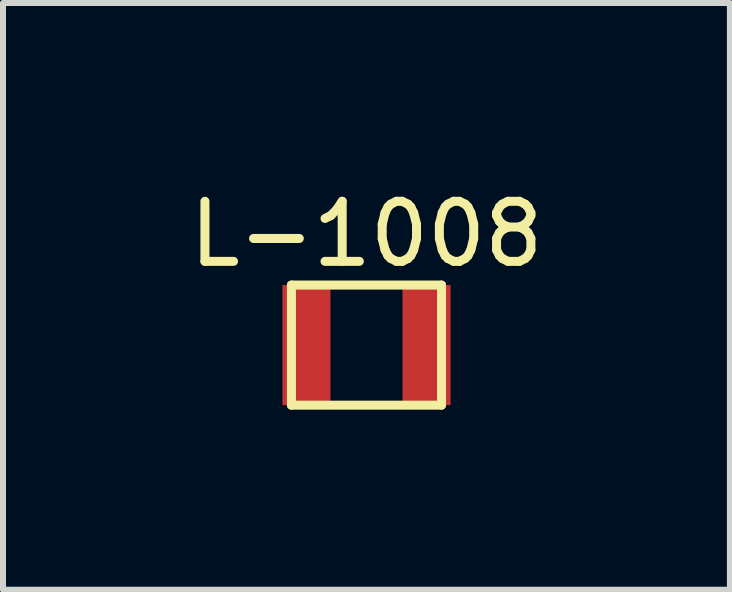
<source format=kicad_pcb>
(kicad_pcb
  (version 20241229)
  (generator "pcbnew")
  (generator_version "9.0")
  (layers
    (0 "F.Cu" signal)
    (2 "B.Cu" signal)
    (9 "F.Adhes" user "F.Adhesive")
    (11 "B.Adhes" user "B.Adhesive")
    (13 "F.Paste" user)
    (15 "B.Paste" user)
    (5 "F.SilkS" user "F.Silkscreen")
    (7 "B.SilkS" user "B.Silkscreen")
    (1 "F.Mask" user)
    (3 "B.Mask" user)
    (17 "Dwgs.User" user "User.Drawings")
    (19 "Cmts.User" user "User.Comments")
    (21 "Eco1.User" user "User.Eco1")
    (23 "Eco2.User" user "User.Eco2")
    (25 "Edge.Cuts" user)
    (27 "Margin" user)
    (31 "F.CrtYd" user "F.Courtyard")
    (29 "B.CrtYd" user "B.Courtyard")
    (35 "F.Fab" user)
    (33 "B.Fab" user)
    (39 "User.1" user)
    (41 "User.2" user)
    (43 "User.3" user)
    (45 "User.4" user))
  (footprint "L-1008"
    (layer "F.Cu")
    (at 3.054 2.698)
    (property "Reference" "L-1008" (at 0 -1.85 0) (layer "F.SilkS") (effects (font (size 1 1) (thickness 0.15))))
    (attr through_hole)
    (fp_line (start -1.25 -1) (end 1.25 -1) (stroke (width 0.15) (type solid)) (layer "F.SilkS"))
    (fp_line (start -1.25 1) (end -1.25 -1) (stroke (width 0.15) (type solid)) (layer "F.SilkS"))
    (fp_line (start 1.25 -1) (end 1.25 1) (stroke (width 0.15) (type solid)) (layer "F.SilkS"))
    (fp_line (start 1.25 1) (end -1.25 1) (stroke (width 0.15) (type solid)) (layer "F.SilkS"))
    (pad "1" smd rect (at -1 0) (size 0.8 2) (layers "F.Cu" "F.Mask" "F.Paste"))
    (pad "2" smd rect (at 1 0) (size 0.8 2) (layers "F.Cu" "F.Mask" "F.Paste")))
  (gr_rect
    (start -3 -3)
    (end 9.107 6.773)
    (stroke (width 0.1) (type default))
    (fill no)
    (layer "Edge.Cuts")))
</source>
